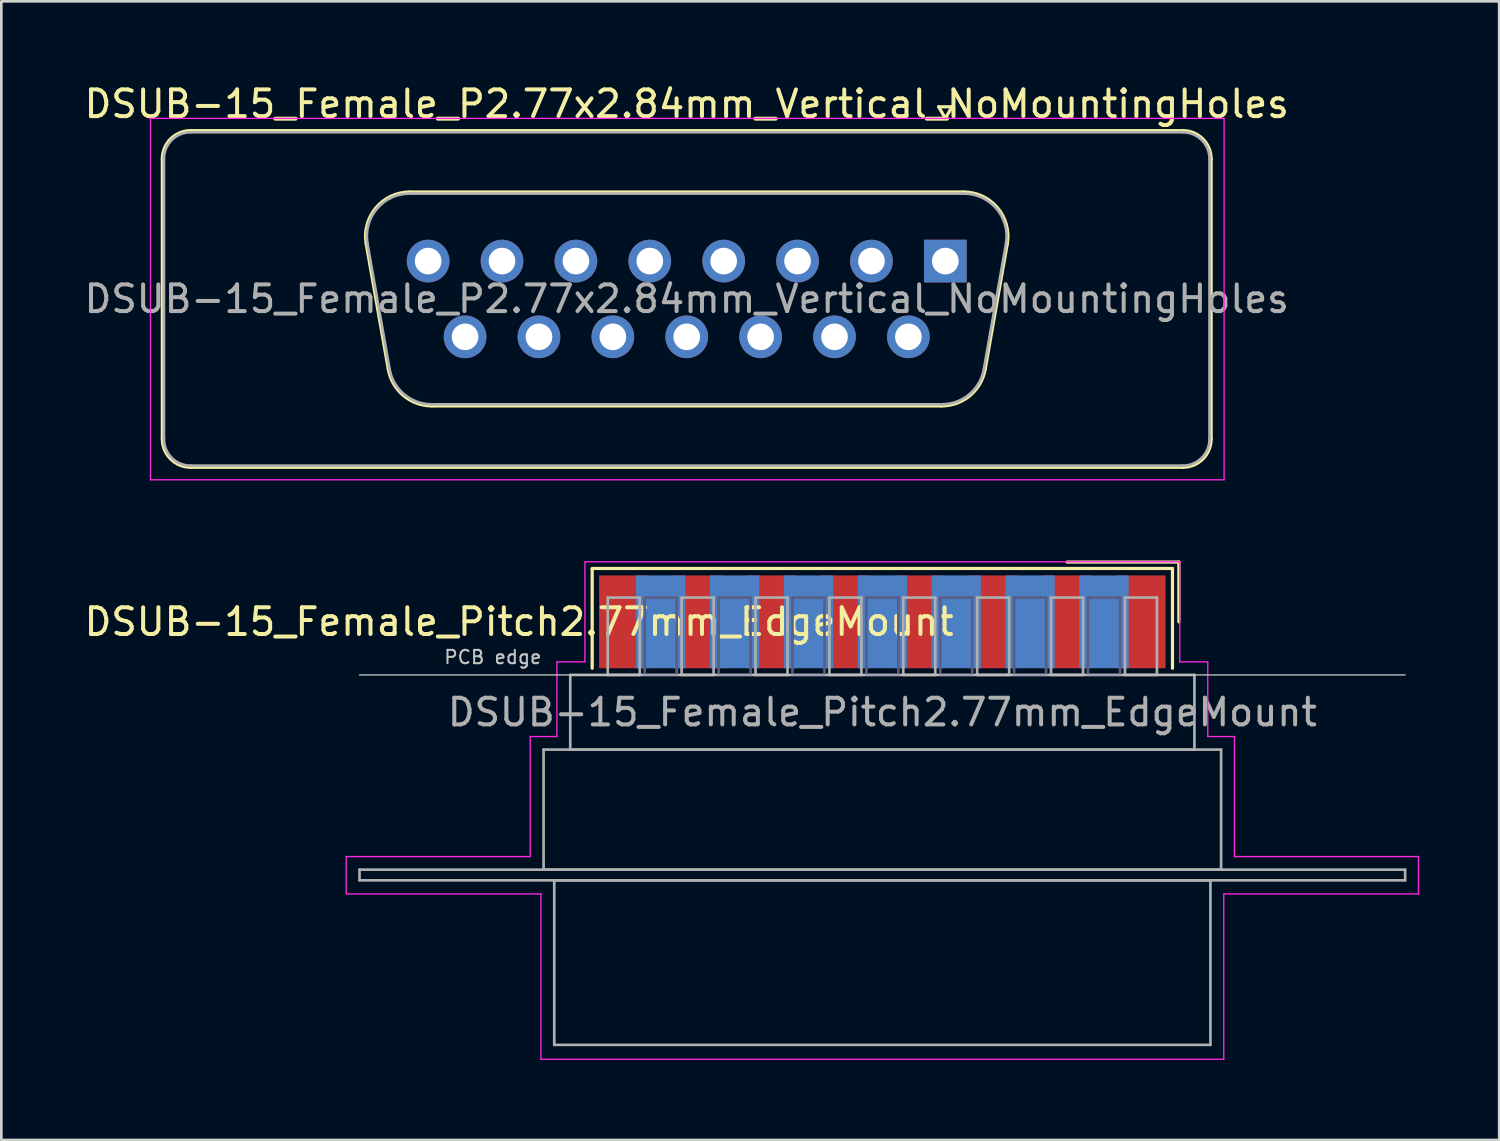
<source format=kicad_pcb>
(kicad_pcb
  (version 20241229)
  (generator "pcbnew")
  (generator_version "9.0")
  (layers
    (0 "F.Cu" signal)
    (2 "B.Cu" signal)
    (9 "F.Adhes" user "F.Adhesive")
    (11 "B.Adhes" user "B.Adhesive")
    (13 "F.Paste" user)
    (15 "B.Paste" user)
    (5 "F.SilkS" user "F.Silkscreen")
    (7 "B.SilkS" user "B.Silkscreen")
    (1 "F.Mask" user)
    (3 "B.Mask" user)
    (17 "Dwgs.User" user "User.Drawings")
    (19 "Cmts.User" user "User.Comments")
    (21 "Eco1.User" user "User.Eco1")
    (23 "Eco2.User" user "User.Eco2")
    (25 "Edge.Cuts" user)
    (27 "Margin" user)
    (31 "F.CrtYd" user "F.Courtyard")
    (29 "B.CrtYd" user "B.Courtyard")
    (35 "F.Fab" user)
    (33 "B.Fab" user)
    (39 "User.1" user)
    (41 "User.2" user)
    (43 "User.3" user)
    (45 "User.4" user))
  (footprint "DSUB-15_Female_P2.77x2.84mm_Vertical_NoMountingHoles"
    (layer "F.Cu")
    (at 32.391 6.738)
    (property "Reference" "DSUB-15_Female_P2.77x2.84mm_Vertical_NoMountingHoles" (at -9.695 -5.89 0) (layer "F.SilkS") (effects (font (size 1 1) (thickness 0.15))))
    (attr through_hole)
    (fp_line (start -29.355 6.67) (end -29.355 -3.83) (stroke (width 0.12) (type solid)) (layer "F.SilkS"))
    (fp_line (start -28.295 -4.89) (end 8.905 -4.89) (stroke (width 0.12) (type solid)) (layer "F.SilkS"))
    (fp_line (start -21.711 -0.642) (end -20.883 4.058) (stroke (width 0.12) (type solid)) (layer "F.SilkS"))
    (fp_line (start -20.077 -2.59) (end 0.687 -2.59) (stroke (width 0.12) (type solid)) (layer "F.SilkS"))
    (fp_line (start -19.248 5.43) (end -0.142 5.43) (stroke (width 0.12) (type solid)) (layer "F.SilkS"))
    (fp_line (start -0.25 -5.784) (end 0.25 -5.784) (stroke (width 0.12) (type solid)) (layer "F.SilkS"))
    (fp_line (start 0 -5.351) (end -0.25 -5.784) (stroke (width 0.12) (type solid)) (layer "F.SilkS"))
    (fp_line (start 0.25 -5.784) (end 0 -5.351) (stroke (width 0.12) (type solid)) (layer "F.SilkS"))
    (fp_line (start 2.321 -0.642) (end 1.493 4.058) (stroke (width 0.12) (type solid)) (layer "F.SilkS"))
    (fp_line (start 8.905 7.73) (end -28.295 7.73) (stroke (width 0.12) (type solid)) (layer "F.SilkS"))
    (fp_line (start 9.965 -3.83) (end 9.965 6.67) (stroke (width 0.12) (type solid)) (layer "F.SilkS"))
    (fp_arc (start -29.355 -3.83) (mid -29.044533 -4.579533) (end -28.295 -4.89) (stroke (width 0.12) (type solid)) (layer "F.SilkS"))
    (fp_arc (start -28.295 7.73) (mid -29.044533 7.419533) (end -29.355 6.67) (stroke (width 0.12) (type solid)) (layer "F.SilkS"))
    (fp_arc (start -21.71147 -0.641744) (mid -21.348323 -1.997028) (end -20.076689 -2.59) (stroke (width 0.12) (type solid)) (layer "F.SilkS"))
    (fp_arc (start -19.247952 5.43) (mid -20.314979 5.041634) (end -20.882733 4.058256) (stroke (width 0.12) (type solid)) (layer "F.SilkS"))
    (fp_arc (start 0.686689 -2.59) (mid 1.958323 -1.997027) (end 2.32147 -0.641744) (stroke (width 0.12) (type solid)) (layer "F.SilkS"))
    (fp_arc (start 1.492733 4.058256) (mid 0.92498 5.041634) (end -0.142048 5.43) (stroke (width 0.12) (type solid)) (layer "F.SilkS"))
    (fp_arc (start 8.905 -4.89) (mid 9.654533 -4.579533) (end 9.965 -3.83) (stroke (width 0.12) (type solid)) (layer "F.SilkS"))
    (fp_arc (start 9.965 6.67) (mid 9.654533 7.419533) (end 8.905 7.73) (stroke (width 0.12) (type solid)) (layer "F.SilkS"))
    (fp_line (start -29.8 -5.35) (end -29.8 8.2) (stroke (width 0.05) (type solid)) (layer "F.CrtYd"))
    (fp_line (start -29.8 8.2) (end 10.45 8.2) (stroke (width 0.05) (type solid)) (layer "F.CrtYd"))
    (fp_line (start 10.45 -5.35) (end -29.8 -5.35) (stroke (width 0.05) (type solid)) (layer "F.CrtYd"))
    (fp_line (start 10.45 8.2) (end 10.45 -5.35) (stroke (width 0.05) (type solid)) (layer "F.CrtYd"))
    (fp_line (start -29.295 6.67) (end -29.295 -3.83) (stroke (width 0.1) (type solid)) (layer "F.Fab"))
    (fp_line (start -28.295 -4.83) (end 8.905 -4.83) (stroke (width 0.1) (type solid)) (layer "F.Fab"))
    (fp_line (start -21.664 -0.652) (end -20.835 4.048) (stroke (width 0.1) (type solid)) (layer "F.Fab"))
    (fp_line (start -20.088 -2.53) (end 0.698 -2.53) (stroke (width 0.1) (type solid)) (layer "F.Fab"))
    (fp_line (start -19.259 5.37) (end -0.131 5.37) (stroke (width 0.1) (type solid)) (layer "F.Fab"))
    (fp_line (start 2.274 -0.652) (end 1.445 4.048) (stroke (width 0.1) (type solid)) (layer "F.Fab"))
    (fp_line (start 8.905 7.67) (end -28.295 7.67) (stroke (width 0.1) (type solid)) (layer "F.Fab"))
    (fp_line (start 9.905 -3.83) (end 9.905 6.67) (stroke (width 0.1) (type solid)) (layer "F.Fab"))
    (fp_arc (start -29.295 -3.83) (mid -29.002107 -4.537107) (end -28.295 -4.83) (stroke (width 0.1) (type solid)) (layer "F.Fab"))
    (fp_arc (start -28.295 7.67) (mid -29.002107 7.377107) (end -29.295 6.67) (stroke (width 0.1) (type solid)) (layer "F.Fab"))
    (fp_arc (start -21.663886 -0.652163) (mid -21.313865 -1.95846) (end -20.088194 -2.53) (stroke (width 0.1) (type solid)) (layer "F.Fab"))
    (fp_arc (start -19.259457 5.37) (mid -20.287917 4.995671) (end -20.835149 4.047837) (stroke (width 0.1) (type solid)) (layer "F.Fab"))
    (fp_arc (start 0.698194 -2.53) (mid 1.923865 -1.95846) (end 2.273886 -0.652163) (stroke (width 0.1) (type solid)) (layer "F.Fab"))
    (fp_arc (start 1.445149 4.047837) (mid 0.897917 4.995671) (end -0.130543 5.37) (stroke (width 0.1) (type solid)) (layer "F.Fab"))
    (fp_arc (start 8.905 -4.83) (mid 9.612107 -4.537107) (end 9.905 -3.83) (stroke (width 0.1) (type solid)) (layer "F.Fab"))
    (fp_arc (start 9.905 6.67) (mid 9.612107 7.377107) (end 8.905 7.67) (stroke (width 0.1) (type solid)) (layer "F.Fab"))
    (fp_text user "${REFERENCE}" (at -9.695 1.42 0) (layer "F.Fab") (effects (font (size 1 1) (thickness 0.15))))
    (pad "1" thru_hole rect (at 0 0) (size 1.6 1.6) (drill 1) (layers "*.Cu" "*.Mask"))
    (pad "2" thru_hole circle (at -2.77 0) (size 1.6 1.6) (drill 1) (layers "*.Cu" "*.Mask"))
    (pad "3" thru_hole circle (at -5.54 0) (size 1.6 1.6) (drill 1) (layers "*.Cu" "*.Mask"))
    (pad "4" thru_hole circle (at -8.31 0) (size 1.6 1.6) (drill 1) (layers "*.Cu" "*.Mask"))
    (pad "5" thru_hole circle (at -11.08 0) (size 1.6 1.6) (drill 1) (layers "*.Cu" "*.Mask"))
    (pad "6" thru_hole circle (at -13.85 0) (size 1.6 1.6) (drill 1) (layers "*.Cu" "*.Mask"))
    (pad "7" thru_hole circle (at -16.62 0) (size 1.6 1.6) (drill 1) (layers "*.Cu" "*.Mask"))
    (pad "8" thru_hole circle (at -19.39 0) (size 1.6 1.6) (drill 1) (layers "*.Cu" "*.Mask"))
    (pad "9" thru_hole circle (at -1.385 2.84) (size 1.6 1.6) (drill 1) (layers "*.Cu" "*.Mask"))
    (pad "10" thru_hole circle (at -4.155 2.84) (size 1.6 1.6) (drill 1) (layers "*.Cu" "*.Mask"))
    (pad "11" thru_hole circle (at -6.925 2.84) (size 1.6 1.6) (drill 1) (layers "*.Cu" "*.Mask"))
    (pad "12" thru_hole circle (at -9.695 2.84) (size 1.6 1.6) (drill 1) (layers "*.Cu" "*.Mask"))
    (pad "13" thru_hole circle (at -12.465 2.84) (size 1.6 1.6) (drill 1) (layers "*.Cu" "*.Mask"))
    (pad "14" thru_hole circle (at -15.235 2.84) (size 1.6 1.6) (drill 1) (layers "*.Cu" "*.Mask"))
    (pad "15" thru_hole circle (at -18.005 2.84) (size 1.6 1.6) (drill 1) (layers "*.Cu" "*.Mask")))
  (footprint "DSUB-15_Female_Pitch2.77mm_EdgeMount"
    (layer "F.Cu")
    (at 30.029 20.263)
    (property "Reference" "DSUB-15_Female_Pitch2.77mm_EdgeMount" (at -13.618 0 0) (layer "F.SilkS") (effects (font (size 1 1) (thickness 0.15))))
    (attr smd)
    (fp_line (start -10.878 -2) (end -10.878 1.74) (stroke (width 0.12) (type solid)) (layer "F.SilkS"))
    (fp_line (start 10.878 -2) (end -10.878 -2) (stroke (width 0.12) (type solid)) (layer "F.SilkS"))
    (fp_line (start 10.878 1.74) (end 10.878 -2) (stroke (width 0.12) (type solid)) (layer "F.SilkS"))
    (fp_line (start 11.118 -2.24) (end 6.925 -2.24) (stroke (width 0.12) (type solid)) (layer "F.SilkS"))
    (fp_line (start 11.118 0) (end 11.118 -2.24) (stroke (width 0.12) (type solid)) (layer "F.SilkS"))
    (fp_line (start -19.6 1.99) (end 19.6 1.99) (stroke (width 0.05) (type solid)) (layer "Dwgs.User"))
    (fp_line (start -20.1 8.8) (end -13.2 8.8) (stroke (width 0.05) (type solid)) (layer "F.CrtYd"))
    (fp_line (start -20.1 10.2) (end -20.1 8.8) (stroke (width 0.05) (type solid)) (layer "F.CrtYd"))
    (fp_line (start -13.2 4.3) (end -12.2 4.3) (stroke (width 0.05) (type solid)) (layer "F.CrtYd"))
    (fp_line (start -13.2 8.8) (end -13.2 4.3) (stroke (width 0.05) (type solid)) (layer "F.CrtYd"))
    (fp_line (start -12.8 10.2) (end -20.1 10.2) (stroke (width 0.05) (type solid)) (layer "F.CrtYd"))
    (fp_line (start -12.8 16.4) (end -12.8 10.2) (stroke (width 0.05) (type solid)) (layer "F.CrtYd"))
    (fp_line (start -12.2 1.5) (end -11.15 1.5) (stroke (width 0.05) (type solid)) (layer "F.CrtYd"))
    (fp_line (start -12.2 4.3) (end -12.2 1.5) (stroke (width 0.05) (type solid)) (layer "F.CrtYd"))
    (fp_line (start -11.15 -2.25) (end 11.15 -2.25) (stroke (width 0.05) (type solid)) (layer "F.CrtYd"))
    (fp_line (start -11.15 1.5) (end -11.15 -2.25) (stroke (width 0.05) (type solid)) (layer "F.CrtYd"))
    (fp_line (start 11.15 -2.25) (end 11.15 1.5) (stroke (width 0.05) (type solid)) (layer "F.CrtYd"))
    (fp_line (start 11.15 1.5) (end 12.2 1.5) (stroke (width 0.05) (type solid)) (layer "F.CrtYd"))
    (fp_line (start 12.2 1.5) (end 12.2 4.3) (stroke (width 0.05) (type solid)) (layer "F.CrtYd"))
    (fp_line (start 12.2 4.3) (end 13.2 4.3) (stroke (width 0.05) (type solid)) (layer "F.CrtYd"))
    (fp_line (start 12.8 10.2) (end 12.8 16.4) (stroke (width 0.05) (type solid)) (layer "F.CrtYd"))
    (fp_line (start 12.8 16.4) (end -12.8 16.4) (stroke (width 0.05) (type solid)) (layer "F.CrtYd"))
    (fp_line (start 13.2 4.3) (end 13.2 8.8) (stroke (width 0.05) (type solid)) (layer "F.CrtYd"))
    (fp_line (start 13.2 8.8) (end 20.1 8.8) (stroke (width 0.05) (type solid)) (layer "F.CrtYd"))
    (fp_line (start 20.1 8.8) (end 20.1 10.2) (stroke (width 0.05) (type solid)) (layer "F.CrtYd"))
    (fp_line (start 20.1 10.2) (end 12.8 10.2) (stroke (width 0.05) (type solid)) (layer "F.CrtYd"))
    (fp_line (start -8.91 -0.91) (end -8.91 1.99) (stroke (width 0.1) (type solid)) (layer "B.Fab"))
    (fp_line (start -8.91 1.99) (end -7.71 1.99) (stroke (width 0.1) (type solid)) (layer "B.Fab"))
    (fp_line (start -7.71 -0.91) (end -8.91 -0.91) (stroke (width 0.1) (type solid)) (layer "B.Fab"))
    (fp_line (start -7.71 1.99) (end -7.71 -0.91) (stroke (width 0.1) (type solid)) (layer "B.Fab"))
    (fp_line (start -6.14 -0.91) (end -6.14 1.99) (stroke (width 0.1) (type solid)) (layer "B.Fab"))
    (fp_line (start -6.14 1.99) (end -4.94 1.99) (stroke (width 0.1) (type solid)) (layer "B.Fab"))
    (fp_line (start -4.94 -0.91) (end -6.14 -0.91) (stroke (width 0.1) (type solid)) (layer "B.Fab"))
    (fp_line (start -4.94 1.99) (end -4.94 -0.91) (stroke (width 0.1) (type solid)) (layer "B.Fab"))
    (fp_line (start -3.37 -0.91) (end -3.37 1.99) (stroke (width 0.1) (type solid)) (layer "B.Fab"))
    (fp_line (start -3.37 1.99) (end -2.17 1.99) (stroke (width 0.1) (type solid)) (layer "B.Fab"))
    (fp_line (start -2.17 -0.91) (end -3.37 -0.91) (stroke (width 0.1) (type solid)) (layer "B.Fab"))
    (fp_line (start -2.17 1.99) (end -2.17 -0.91) (stroke (width 0.1) (type solid)) (layer "B.Fab"))
    (fp_line (start -0.6 -0.91) (end -0.6 1.99) (stroke (width 0.1) (type solid)) (layer "B.Fab"))
    (fp_line (start -0.6 1.99) (end 0.6 1.99) (stroke (width 0.1) (type solid)) (layer "B.Fab"))
    (fp_line (start 0.6 -0.91) (end -0.6 -0.91) (stroke (width 0.1) (type solid)) (layer "B.Fab"))
    (fp_line (start 0.6 1.99) (end 0.6 -0.91) (stroke (width 0.1) (type solid)) (layer "B.Fab"))
    (fp_line (start 2.17 -0.91) (end 2.17 1.99) (stroke (width 0.1) (type solid)) (layer "B.Fab"))
    (fp_line (start 2.17 1.99) (end 3.37 1.99) (stroke (width 0.1) (type solid)) (layer "B.Fab"))
    (fp_line (start 3.37 -0.91) (end 2.17 -0.91) (stroke (width 0.1) (type solid)) (layer "B.Fab"))
    (fp_line (start 3.37 1.99) (end 3.37 -0.91) (stroke (width 0.1) (type solid)) (layer "B.Fab"))
    (fp_line (start 4.94 -0.91) (end 4.94 1.99) (stroke (width 0.1) (type solid)) (layer "B.Fab"))
    (fp_line (start 4.94 1.99) (end 6.14 1.99) (stroke (width 0.1) (type solid)) (layer "B.Fab"))
    (fp_line (start 6.14 -0.91) (end 4.94 -0.91) (stroke (width 0.1) (type solid)) (layer "B.Fab"))
    (fp_line (start 6.14 1.99) (end 6.14 -0.91) (stroke (width 0.1) (type solid)) (layer "B.Fab"))
    (fp_line (start 7.71 -0.91) (end 7.71 1.99) (stroke (width 0.1) (type solid)) (layer "B.Fab"))
    (fp_line (start 7.71 1.99) (end 8.91 1.99) (stroke (width 0.1) (type solid)) (layer "B.Fab"))
    (fp_line (start 8.91 -0.91) (end 7.71 -0.91) (stroke (width 0.1) (type solid)) (layer "B.Fab"))
    (fp_line (start 8.91 1.99) (end 8.91 -0.91) (stroke (width 0.1) (type solid)) (layer "B.Fab"))
    (fp_line (start -19.6 9.29) (end -19.6 9.69) (stroke (width 0.1) (type solid)) (layer "F.Fab"))
    (fp_line (start -19.6 9.69) (end 19.6 9.69) (stroke (width 0.1) (type solid)) (layer "F.Fab"))
    (fp_line (start -12.7 4.79) (end -12.7 9.29) (stroke (width 0.1) (type solid)) (layer "F.Fab"))
    (fp_line (start -12.7 9.29) (end 12.7 9.29) (stroke (width 0.1) (type solid)) (layer "F.Fab"))
    (fp_line (start -12.3 9.69) (end -12.3 15.86) (stroke (width 0.1) (type solid)) (layer "F.Fab"))
    (fp_line (start -12.3 15.86) (end 12.3 15.86) (stroke (width 0.1) (type solid)) (layer "F.Fab"))
    (fp_line (start -11.7 1.99) (end -11.7 4.79) (stroke (width 0.1) (type solid)) (layer "F.Fab"))
    (fp_line (start -11.7 4.79) (end 11.7 4.79) (stroke (width 0.1) (type solid)) (layer "F.Fab"))
    (fp_line (start -10.295 -0.91) (end -10.295 1.99) (stroke (width 0.1) (type solid)) (layer "F.Fab"))
    (fp_line (start -10.295 1.99) (end -9.095 1.99) (stroke (width 0.1) (type solid)) (layer "F.Fab"))
    (fp_line (start -9.095 -0.91) (end -10.295 -0.91) (stroke (width 0.1) (type solid)) (layer "F.Fab"))
    (fp_line (start -9.095 1.99) (end -9.095 -0.91) (stroke (width 0.1) (type solid)) (layer "F.Fab"))
    (fp_line (start -7.525 -0.91) (end -7.525 1.99) (stroke (width 0.1) (type solid)) (layer "F.Fab"))
    (fp_line (start -7.525 1.99) (end -6.325 1.99) (stroke (width 0.1) (type solid)) (layer "F.Fab"))
    (fp_line (start -6.325 -0.91) (end -7.525 -0.91) (stroke (width 0.1) (type solid)) (layer "F.Fab"))
    (fp_line (start -6.325 1.99) (end -6.325 -0.91) (stroke (width 0.1) (type solid)) (layer "F.Fab"))
    (fp_line (start -4.755 -0.91) (end -4.755 1.99) (stroke (width 0.1) (type solid)) (layer "F.Fab"))
    (fp_line (start -4.755 1.99) (end -3.555 1.99) (stroke (width 0.1) (type solid)) (layer "F.Fab"))
    (fp_line (start -3.555 -0.91) (end -4.755 -0.91) (stroke (width 0.1) (type solid)) (layer "F.Fab"))
    (fp_line (start -3.555 1.99) (end -3.555 -0.91) (stroke (width 0.1) (type solid)) (layer "F.Fab"))
    (fp_line (start -1.985 -0.91) (end -1.985 1.99) (stroke (width 0.1) (type solid)) (layer "F.Fab"))
    (fp_line (start -1.985 1.99) (end -0.785 1.99) (stroke (width 0.1) (type solid)) (layer "F.Fab"))
    (fp_line (start -0.785 -0.91) (end -1.985 -0.91) (stroke (width 0.1) (type solid)) (layer "F.Fab"))
    (fp_line (start -0.785 1.99) (end -0.785 -0.91) (stroke (width 0.1) (type solid)) (layer "F.Fab"))
    (fp_line (start 0.785 -0.91) (end 0.785 1.99) (stroke (width 0.1) (type solid)) (layer "F.Fab"))
    (fp_line (start 0.785 1.99) (end 1.985 1.99) (stroke (width 0.1) (type solid)) (layer "F.Fab"))
    (fp_line (start 1.985 -0.91) (end 0.785 -0.91) (stroke (width 0.1) (type solid)) (layer "F.Fab"))
    (fp_line (start 1.985 1.99) (end 1.985 -0.91) (stroke (width 0.1) (type solid)) (layer "F.Fab"))
    (fp_line (start 3.555 -0.91) (end 3.555 1.99) (stroke (width 0.1) (type solid)) (layer "F.Fab"))
    (fp_line (start 3.555 1.99) (end 4.755 1.99) (stroke (width 0.1) (type solid)) (layer "F.Fab"))
    (fp_line (start 4.755 -0.91) (end 3.555 -0.91) (stroke (width 0.1) (type solid)) (layer "F.Fab"))
    (fp_line (start 4.755 1.99) (end 4.755 -0.91) (stroke (width 0.1) (type solid)) (layer "F.Fab"))
    (fp_line (start 6.325 -0.91) (end 6.325 1.99) (stroke (width 0.1) (type solid)) (layer "F.Fab"))
    (fp_line (start 6.325 1.99) (end 7.525 1.99) (stroke (width 0.1) (type solid)) (layer "F.Fab"))
    (fp_line (start 7.525 -0.91) (end 6.325 -0.91) (stroke (width 0.1) (type solid)) (layer "F.Fab"))
    (fp_line (start 7.525 1.99) (end 7.525 -0.91) (stroke (width 0.1) (type solid)) (layer "F.Fab"))
    (fp_line (start 9.095 -0.91) (end 9.095 1.99) (stroke (width 0.1) (type solid)) (layer "F.Fab"))
    (fp_line (start 9.095 1.99) (end 10.295 1.99) (stroke (width 0.1) (type solid)) (layer "F.Fab"))
    (fp_line (start 10.295 -0.91) (end 9.095 -0.91) (stroke (width 0.1) (type solid)) (layer "F.Fab"))
    (fp_line (start 10.295 1.99) (end 10.295 -0.91) (stroke (width 0.1) (type solid)) (layer "F.Fab"))
    (fp_line (start 11.7 1.99) (end -11.7 1.99) (stroke (width 0.1) (type solid)) (layer "F.Fab"))
    (fp_line (start 11.7 4.79) (end 11.7 1.99) (stroke (width 0.1) (type solid)) (layer "F.Fab"))
    (fp_line (start 12.3 9.69) (end -12.3 9.69) (stroke (width 0.1) (type solid)) (layer "F.Fab"))
    (fp_line (start 12.3 15.86) (end 12.3 9.69) (stroke (width 0.1) (type solid)) (layer "F.Fab"))
    (fp_line (start 12.7 4.79) (end -12.7 4.79) (stroke (width 0.1) (type solid)) (layer "F.Fab"))
    (fp_line (start 12.7 9.29) (end 12.7 4.79) (stroke (width 0.1) (type solid)) (layer "F.Fab"))
    (fp_line (start 19.6 9.29) (end -19.6 9.29) (stroke (width 0.1) (type solid)) (layer "F.Fab"))
    (fp_line (start 19.6 9.69) (end 19.6 9.29) (stroke (width 0.1) (type solid)) (layer "F.Fab"))
    (fp_text user "PCB edge" (at -14.6 1.323 0) (layer "Dwgs.User") (effects (font (size 0.5 0.5) (thickness 0.075))))
    (fp_text user "${REFERENCE}" (at 0 3.39 0) (layer "F.Fab") (effects (font (size 1 1) (thickness 0.15))))
    (pad "1" smd rect (at 9.695 0) (size 1.847 3.48) (layers "F.Cu" "F.Mask" "F.Paste"))
    (pad "2" smd rect (at 6.925 0) (size 1.847 3.48) (layers "F.Cu" "F.Mask" "F.Paste"))
    (pad "3" smd rect (at 4.155 0) (size 1.847 3.48) (layers "F.Cu" "F.Mask" "F.Paste"))
    (pad "4" smd rect (at 1.385 0) (size 1.847 3.48) (layers "F.Cu" "F.Mask" "F.Paste"))
    (pad "5" smd rect (at -1.385 0) (size 1.847 3.48) (layers "F.Cu" "F.Mask" "F.Paste"))
    (pad "6" smd rect (at -4.155 0) (size 1.847 3.48) (layers "F.Cu" "F.Mask" "F.Paste"))
    (pad "7" smd rect (at -6.925 0) (size 1.847 3.48) (layers "F.Cu" "F.Mask" "F.Paste"))
    (pad "8" smd rect (at -9.695 0) (size 1.847 3.48) (layers "F.Cu" "F.Mask" "F.Paste"))
    (pad "9" smd rect (at 8.31 0) (size 1.847 3.48) (layers "B.Cu" "B.Mask" "B.Paste"))
    (pad "10" smd rect (at 5.54 0) (size 1.847 3.48) (layers "B.Cu" "B.Mask" "B.Paste"))
    (pad "11" smd rect (at 2.77 0) (size 1.847 3.48) (layers "B.Cu" "B.Mask" "B.Paste"))
    (pad "12" smd rect (at 0 0) (size 1.847 3.48) (layers "B.Cu" "B.Mask" "B.Paste"))
    (pad "13" smd rect (at -2.77 0) (size 1.847 3.48) (layers "B.Cu" "B.Mask" "B.Paste"))
    (pad "14" smd rect (at -5.54 0) (size 1.847 3.48) (layers "B.Cu" "B.Mask" "B.Paste"))
    (pad "15" smd rect (at -8.31 0) (size 1.847 3.48) (layers "B.Cu" "B.Mask" "B.Paste")))
  (gr_rect
    (start -3 -3)
    (end 53.154 39.688)
    (stroke (width 0.1) (type default))
    (fill no)
    (layer "Edge.Cuts")))
</source>
